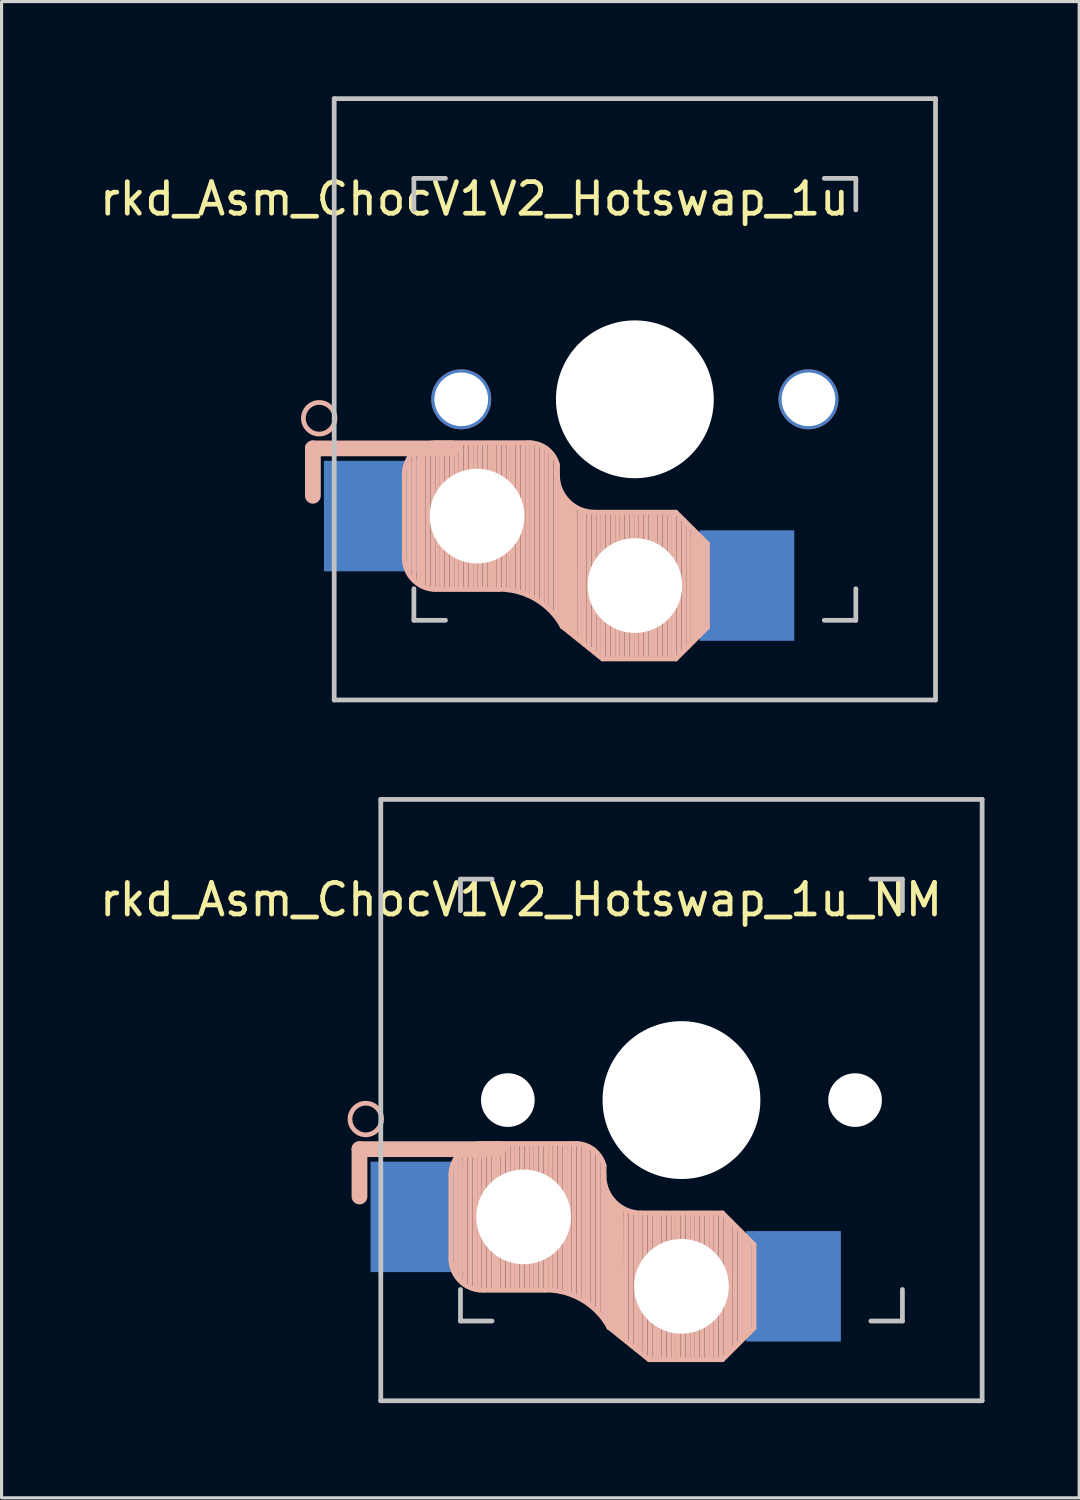
<source format=kicad_pcb>
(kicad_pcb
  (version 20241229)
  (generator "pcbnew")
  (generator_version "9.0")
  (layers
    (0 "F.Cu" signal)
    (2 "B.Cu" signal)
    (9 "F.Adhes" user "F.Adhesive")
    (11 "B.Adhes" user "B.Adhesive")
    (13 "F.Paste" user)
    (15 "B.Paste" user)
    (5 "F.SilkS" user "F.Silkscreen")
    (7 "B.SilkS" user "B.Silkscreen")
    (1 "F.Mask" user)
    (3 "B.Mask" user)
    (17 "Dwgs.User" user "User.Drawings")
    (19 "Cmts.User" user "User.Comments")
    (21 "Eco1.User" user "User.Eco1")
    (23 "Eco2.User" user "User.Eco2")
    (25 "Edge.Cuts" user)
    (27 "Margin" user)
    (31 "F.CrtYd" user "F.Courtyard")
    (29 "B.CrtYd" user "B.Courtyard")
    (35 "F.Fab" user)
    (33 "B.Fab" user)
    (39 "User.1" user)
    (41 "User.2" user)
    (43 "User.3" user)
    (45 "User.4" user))
  (footprint "rkd_Asm_ChocV1V2_Hotswap_1u_NM"
    (layer "F.Cu")
    (at 18.538 31.8)
    (property "Reference" "rkd_Asm_ChocV1V2_Hotswap_1u_NM" (at -5.08 -6.35 180) (layer "F.SilkS") (effects (font (size 1 1) (thickness 0.15))))
    (attr through_hole)
    (fp_line (start -10.2 1.555) (end -10.2 3.055) (stroke (width 0.5) (type default)) (layer "B.SilkS"))
    (fp_line (start -7.305 2.375) (end -7.305 5.025) (stroke (width 0.15) (type solid)) (layer "B.SilkS"))
    (fp_line (start -7.15 5.53) (end -7.15 1.85) (stroke (width 0.15) (type solid)) (layer "B.SilkS"))
    (fp_line (start -7 5.7) (end -7 1.73) (stroke (width 0.15) (type solid)) (layer "B.SilkS"))
    (fp_line (start -6.85 5.84) (end -6.85 1.7) (stroke (width 0.15) (type solid)) (layer "B.SilkS"))
    (fp_line (start -6.7 5.92) (end -6.7 1.8) (stroke (width 0.15) (type solid)) (layer "B.SilkS"))
    (fp_line (start -6.55 5.97) (end -6.55 1.65) (stroke (width 0.15) (type solid)) (layer "B.SilkS"))
    (fp_line (start -6.4 6.01) (end -6.4 1.5) (stroke (width 0.15) (type solid)) (layer "B.SilkS"))
    (fp_line (start -6.25 6) (end -6.25 1.4) (stroke (width 0.15) (type solid)) (layer "B.SilkS"))
    (fp_line (start -6.1 6) (end -6.1 1.4) (stroke (width 0.15) (type solid)) (layer "B.SilkS"))
    (fp_line (start -5.95 6) (end -5.95 1.4) (stroke (width 0.15) (type solid)) (layer "B.SilkS"))
    (fp_line (start -5.8 1.555) (end -10.2 1.555) (stroke (width 0.5) (type default)) (layer "B.SilkS"))
    (fp_line (start -5.8 6) (end -5.8 1.4) (stroke (width 0.15) (type solid)) (layer "B.SilkS"))
    (fp_line (start -5.65 6) (end -5.65 1.4) (stroke (width 0.15) (type solid)) (layer "B.SilkS"))
    (fp_line (start -5.5 6) (end -5.5 1.4) (stroke (width 0.15) (type solid)) (layer "B.SilkS"))
    (fp_line (start -5.35 6) (end -5.35 1.4) (stroke (width 0.15) (type solid)) (layer "B.SilkS"))
    (fp_line (start -5.2 6) (end -5.2 1.4) (stroke (width 0.15) (type solid)) (layer "B.SilkS"))
    (fp_line (start -5.05 6) (end -5.05 1.4) (stroke (width 0.15) (type solid)) (layer "B.SilkS"))
    (fp_line (start -4.9 6) (end -4.9 1.4) (stroke (width 0.15) (type solid)) (layer "B.SilkS"))
    (fp_line (start -4.75 6) (end -4.75 1.4) (stroke (width 0.15) (type solid)) (layer "B.SilkS"))
    (fp_line (start -4.6 6) (end -4.6 1.4) (stroke (width 0.15) (type solid)) (layer "B.SilkS"))
    (fp_line (start -4.45 6) (end -4.45 1.4) (stroke (width 0.15) (type solid)) (layer "B.SilkS"))
    (fp_line (start -4.3 6) (end -4.3 1.4) (stroke (width 0.15) (type solid)) (layer "B.SilkS"))
    (fp_line (start -4.3 6.025) (end -6.275 6.025) (stroke (width 0.15) (type solid)) (layer "B.SilkS"))
    (fp_line (start -4.15 6) (end -4.15 1.45) (stroke (width 0.15) (type solid)) (layer "B.SilkS"))
    (fp_line (start -4 6.04) (end -4 1.4) (stroke (width 0.15) (type solid)) (layer "B.SilkS"))
    (fp_line (start -3.85 6.05) (end -3.85 1.4) (stroke (width 0.15) (type solid)) (layer "B.SilkS"))
    (fp_line (start -3.7 6.05) (end -3.7 1.45) (stroke (width 0.15) (type solid)) (layer "B.SilkS"))
    (fp_line (start -3.55 6.1) (end -3.55 1.39) (stroke (width 0.15) (type solid)) (layer "B.SilkS"))
    (fp_line (start -3.4 6.2) (end -3.4 1.38) (stroke (width 0.15) (type solid)) (layer "B.SilkS"))
    (fp_line (start -3.311 1.375) (end -6.275 1.375) (stroke (width 0.15) (type solid)) (layer "B.SilkS"))
    (fp_line (start -3.25 6.25) (end -3.25 1.4) (stroke (width 0.15) (type solid)) (layer "B.SilkS"))
    (fp_line (start -3.1 6.35) (end -3.1 1.43) (stroke (width 0.15) (type solid)) (layer "B.SilkS"))
    (fp_line (start -2.95 6.45) (end -2.95 1.48) (stroke (width 0.15) (type solid)) (layer "B.SilkS"))
    (fp_line (start -2.8 6.55) (end -2.8 1.56) (stroke (width 0.15) (type solid)) (layer "B.SilkS"))
    (fp_line (start -2.65 6.7) (end -2.65 1.75) (stroke (width 0.15) (type solid)) (layer "B.SilkS"))
    (fp_line (start -2.5 6.85) (end -2.5 1.95) (stroke (width 0.15) (type solid)) (layer "B.SilkS"))
    (fp_line (start -2.45 2.4) (end -2.45 2.077) (stroke (width 0.15) (type default)) (layer "B.SilkS"))
    (fp_line (start -2.4 7.02) (end -2.4 2.9) (stroke (width 0.15) (type solid)) (layer "B.SilkS"))
    (fp_line (start -2.3 7.2) (end -2.3 3.05) (stroke (width 0.15) (type solid)) (layer "B.SilkS"))
    (fp_line (start -2.3 7.2) (end -1.025 8.225) (stroke (width 0.15) (type solid)) (layer "B.SilkS"))
    (fp_line (start -2.2 7.27) (end -2.2 3.25) (stroke (width 0.15) (type solid)) (layer "B.SilkS"))
    (fp_line (start -2.1 7.35) (end -2.1 3.35) (stroke (width 0.15) (type solid)) (layer "B.SilkS"))
    (fp_line (start -2 7.43) (end -2 3.4) (stroke (width 0.15) (type solid)) (layer "B.SilkS"))
    (fp_line (start -1.89 7.52) (end -1.9 3.45) (stroke (width 0.15) (type solid)) (layer "B.SilkS"))
    (fp_line (start -1.75 7.62) (end -1.75 3.5) (stroke (width 0.15) (type solid)) (layer "B.SilkS"))
    (fp_line (start -1.6 7.76) (end -1.6 3.6) (stroke (width 0.15) (type solid)) (layer "B.SilkS"))
    (fp_line (start -1.45 7.88) (end -1.45 3.6) (stroke (width 0.15) (type solid)) (layer "B.SilkS"))
    (fp_line (start -1.3 7.99) (end -1.3 3.6) (stroke (width 0.15) (type solid)) (layer "B.SilkS"))
    (fp_line (start -1.15 8.11) (end -1.15 3.65) (stroke (width 0.15) (type solid)) (layer "B.SilkS"))
    (fp_line (start -1 8.2) (end -1 3.6) (stroke (width 0.15) (type solid)) (layer "B.SilkS"))
    (fp_line (start -0.85 8.2) (end -0.85 3.6) (stroke (width 0.15) (type solid)) (layer "B.SilkS"))
    (fp_line (start -0.7 8.2) (end -0.7 3.6) (stroke (width 0.15) (type solid)) (layer "B.SilkS"))
    (fp_line (start -0.55 8.2) (end -0.55 3.6) (stroke (width 0.15) (type solid)) (layer "B.SilkS"))
    (fp_line (start -0.4 8.2) (end -0.4 3.6) (stroke (width 0.15) (type solid)) (layer "B.SilkS"))
    (fp_line (start -0.25 8.2) (end -0.25 3.6) (stroke (width 0.15) (type solid)) (layer "B.SilkS"))
    (fp_line (start -0.1 8.2) (end -0.1 3.6) (stroke (width 0.15) (type solid)) (layer "B.SilkS"))
    (fp_line (start 0.05 8.2) (end 0.05 3.6) (stroke (width 0.15) (type solid)) (layer "B.SilkS"))
    (fp_line (start 0.2 8.2) (end 0.2 3.6) (stroke (width 0.15) (type solid)) (layer "B.SilkS"))
    (fp_line (start 0.35 8.2) (end 0.35 3.6) (stroke (width 0.15) (type solid)) (layer "B.SilkS"))
    (fp_line (start 0.5 8.2) (end 0.5 3.6) (stroke (width 0.15) (type solid)) (layer "B.SilkS"))
    (fp_line (start 0.65 8.2) (end 0.65 3.6) (stroke (width 0.15) (type solid)) (layer "B.SilkS"))
    (fp_line (start 0.8 8.2) (end 0.8 3.6) (stroke (width 0.15) (type solid)) (layer "B.SilkS"))
    (fp_line (start 0.95 8.2) (end 0.95 3.6) (stroke (width 0.15) (type solid)) (layer "B.SilkS"))
    (fp_line (start 1.1 8.2) (end 1.1 3.6) (stroke (width 0.15) (type solid)) (layer "B.SilkS"))
    (fp_line (start 1.25 8.2) (end 1.25 3.6) (stroke (width 0.15) (type solid)) (layer "B.SilkS"))
    (fp_line (start 1.3 3.575) (end -1.275 3.575) (stroke (width 0.15) (type solid)) (layer "B.SilkS"))
    (fp_line (start 1.3 8.225) (end -1.025 8.225) (stroke (width 0.15) (type solid)) (layer "B.SilkS"))
    (fp_line (start 1.4 8.09) (end 1.4 3.7) (stroke (width 0.15) (type solid)) (layer "B.SilkS"))
    (fp_line (start 1.55 7.95) (end 1.55 3.83) (stroke (width 0.15) (type solid)) (layer "B.SilkS"))
    (fp_line (start 1.7 7.82) (end 1.7 3.99) (stroke (width 0.15) (type solid)) (layer "B.SilkS"))
    (fp_line (start 1.85 7.66) (end 1.85 4.13) (stroke (width 0.15) (type solid)) (layer "B.SilkS"))
    (fp_line (start 1.95 7.56) (end 1.95 4.23) (stroke (width 0.15) (type solid)) (layer "B.SilkS"))
    (fp_line (start 2.05 7.45) (end 2.05 4.33) (stroke (width 0.15) (type solid)) (layer "B.SilkS"))
    (fp_line (start 2.15 7.37) (end 2.15 4.44) (stroke (width 0.15) (type solid)) (layer "B.SilkS"))
    (fp_line (start 2.3 4.575) (end 1.3 3.575) (stroke (width 0.15) (type solid)) (layer "B.SilkS"))
    (fp_line (start 2.3 4.575) (end 2.3 7.225) (stroke (width 0.15) (type solid)) (layer "B.SilkS"))
    (fp_line (start 2.3 7.225) (end 1.3 8.225) (stroke (width 0.15) (type solid)) (layer "B.SilkS"))
    (fp_arc (start -7.305 2.375) (mid -7.012107 1.667893) (end -6.305 1.375) (stroke (width 0.15) (type solid)) (layer "B.SilkS"))
    (fp_arc (start -6.305 6.025) (mid -7.012107 5.732107) (end -7.305 5.025) (stroke (width 0.15) (type solid)) (layer "B.SilkS"))
    (fp_arc (start -4.3 6.017458) (mid -3.138277 6.335211) (end -2.3 7.2) (stroke (width 0.15) (type solid)) (layer "B.SilkS"))
    (fp_arc (start -3.311204 1.375) (mid -2.763915 1.58277) (end -2.45 2.076887) (stroke (width 0.15) (type solid)) (layer "B.SilkS"))
    (fp_arc (start -1.275 3.575) (mid -2.10585 3.23085) (end -2.45 2.4) (stroke (width 0.15) (type solid)) (layer "B.SilkS"))
    (fp_circle (center -10 0.6) (end -9.5 0.6) (stroke (width 0.15) (type default)) (fill no) (layer "B.SilkS"))
    (fp_line (start -9.525 -9.525) (end 9.525 -9.525) (stroke (width 0.15) (type solid)) (layer "Dwgs.User"))
    (fp_line (start -9.525 9.525) (end -9.525 -9.525) (stroke (width 0.15) (type solid)) (layer "Dwgs.User"))
    (fp_line (start -7 -7) (end -6 -7) (stroke (width 0.15) (type solid)) (layer "Dwgs.User"))
    (fp_line (start -7 -6) (end -7 -7) (stroke (width 0.15) (type solid)) (layer "Dwgs.User"))
    (fp_line (start -7 7) (end -7 6) (stroke (width 0.15) (type solid)) (layer "Dwgs.User"))
    (fp_line (start -6 7) (end -7 7) (stroke (width 0.15) (type solid)) (layer "Dwgs.User"))
    (fp_line (start 6 7) (end 7 7) (stroke (width 0.15) (type solid)) (layer "Dwgs.User"))
    (fp_line (start 7 -7) (end 6 -7) (stroke (width 0.15) (type solid)) (layer "Dwgs.User"))
    (fp_line (start 7 -6) (end 7 -7) (stroke (width 0.15) (type solid)) (layer "Dwgs.User"))
    (fp_line (start 7 7) (end 7 6) (stroke (width 0.15) (type solid)) (layer "Dwgs.User"))
    (fp_line (start 9.525 -9.525) (end 9.525 9.525) (stroke (width 0.15) (type solid)) (layer "Dwgs.User"))
    (fp_line (start 9.525 9.525) (end -9.525 9.525) (stroke (width 0.15) (type solid)) (layer "Dwgs.User"))
    (pad "" np_thru_hole circle (at -5.5 0) (size 1.7 1.7) (drill 1.7) (layers "*.Cu" "*.Mask"))
    (pad "" np_thru_hole circle (at -5 3.7 90) (size 3 3) (drill 3) (layers "*.Cu" "*.Mask"))
    (pad "" np_thru_hole circle (at 0 0 90) (size 5 5) (drill 5) (layers "*.Cu" "*.Mask"))
    (pad "" np_thru_hole circle (at 0 5.9 90) (size 3 3) (drill 3) (layers "*.Cu" "*.Mask"))
    (pad "" np_thru_hole circle (at 5.5 0) (size 1.7 1.7) (drill 1.7) (layers "*.Cu" "*.Mask"))
    (pad "1" smd rect (at -8.35 3.7 180) (size 3 3.5) (layers "B.Cu" "B.Mask" "B.Paste"))
    (pad "2" smd rect (at 3.55 5.9 180) (size 3 3.5) (layers "B.Cu" "B.Mask" "B.Paste")))
  (footprint "rkd_Asm_ChocV1V2_Hotswap_1u"
    (layer "F.Cu")
    (at 17.062 9.6)
    (property "Reference" "rkd_Asm_ChocV1V2_Hotswap_1u" (at -5.08 -6.35 180) (layer "F.SilkS") (effects (font (size 1 1) (thickness 0.15))))
    (attr through_hole)
    (fp_line (start -10.2 1.555) (end -10.2 3.055) (stroke (width 0.5) (type default)) (layer "B.SilkS"))
    (fp_line (start -7.305 2.375) (end -7.305 5.025) (stroke (width 0.15) (type solid)) (layer "B.SilkS"))
    (fp_line (start -7.15 5.53) (end -7.15 1.85) (stroke (width 0.15) (type solid)) (layer "B.SilkS"))
    (fp_line (start -7 5.7) (end -7 1.73) (stroke (width 0.15) (type solid)) (layer "B.SilkS"))
    (fp_line (start -6.85 5.84) (end -6.85 1.7) (stroke (width 0.15) (type solid)) (layer "B.SilkS"))
    (fp_line (start -6.7 5.92) (end -6.7 1.8) (stroke (width 0.15) (type solid)) (layer "B.SilkS"))
    (fp_line (start -6.55 5.97) (end -6.55 1.65) (stroke (width 0.15) (type solid)) (layer "B.SilkS"))
    (fp_line (start -6.4 6.01) (end -6.4 1.5) (stroke (width 0.15) (type solid)) (layer "B.SilkS"))
    (fp_line (start -6.25 6) (end -6.25 1.4) (stroke (width 0.15) (type solid)) (layer "B.SilkS"))
    (fp_line (start -6.1 6) (end -6.1 1.4) (stroke (width 0.15) (type solid)) (layer "B.SilkS"))
    (fp_line (start -5.95 6) (end -5.95 1.4) (stroke (width 0.15) (type solid)) (layer "B.SilkS"))
    (fp_line (start -5.8 1.555) (end -10.2 1.555) (stroke (width 0.5) (type default)) (layer "B.SilkS"))
    (fp_line (start -5.8 6) (end -5.8 1.4) (stroke (width 0.15) (type solid)) (layer "B.SilkS"))
    (fp_line (start -5.65 6) (end -5.65 1.4) (stroke (width 0.15) (type solid)) (layer "B.SilkS"))
    (fp_line (start -5.5 6) (end -5.5 1.4) (stroke (width 0.15) (type solid)) (layer "B.SilkS"))
    (fp_line (start -5.35 6) (end -5.35 1.4) (stroke (width 0.15) (type solid)) (layer "B.SilkS"))
    (fp_line (start -5.2 6) (end -5.2 1.4) (stroke (width 0.15) (type solid)) (layer "B.SilkS"))
    (fp_line (start -5.05 6) (end -5.05 1.4) (stroke (width 0.15) (type solid)) (layer "B.SilkS"))
    (fp_line (start -4.9 6) (end -4.9 1.4) (stroke (width 0.15) (type solid)) (layer "B.SilkS"))
    (fp_line (start -4.75 6) (end -4.75 1.4) (stroke (width 0.15) (type solid)) (layer "B.SilkS"))
    (fp_line (start -4.6 6) (end -4.6 1.4) (stroke (width 0.15) (type solid)) (layer "B.SilkS"))
    (fp_line (start -4.45 6) (end -4.45 1.4) (stroke (width 0.15) (type solid)) (layer "B.SilkS"))
    (fp_line (start -4.3 6) (end -4.3 1.4) (stroke (width 0.15) (type solid)) (layer "B.SilkS"))
    (fp_line (start -4.3 6.025) (end -6.275 6.025) (stroke (width 0.15) (type solid)) (layer "B.SilkS"))
    (fp_line (start -4.15 6) (end -4.15 1.45) (stroke (width 0.15) (type solid)) (layer "B.SilkS"))
    (fp_line (start -4 6.04) (end -4 1.4) (stroke (width 0.15) (type solid)) (layer "B.SilkS"))
    (fp_line (start -3.85 6.05) (end -3.85 1.4) (stroke (width 0.15) (type solid)) (layer "B.SilkS"))
    (fp_line (start -3.7 6.05) (end -3.7 1.45) (stroke (width 0.15) (type solid)) (layer "B.SilkS"))
    (fp_line (start -3.55 6.1) (end -3.55 1.39) (stroke (width 0.15) (type solid)) (layer "B.SilkS"))
    (fp_line (start -3.4 6.2) (end -3.4 1.38) (stroke (width 0.15) (type solid)) (layer "B.SilkS"))
    (fp_line (start -3.311 1.375) (end -6.275 1.375) (stroke (width 0.15) (type solid)) (layer "B.SilkS"))
    (fp_line (start -3.25 6.25) (end -3.25 1.4) (stroke (width 0.15) (type solid)) (layer "B.SilkS"))
    (fp_line (start -3.1 6.35) (end -3.1 1.43) (stroke (width 0.15) (type solid)) (layer "B.SilkS"))
    (fp_line (start -2.95 6.45) (end -2.95 1.48) (stroke (width 0.15) (type solid)) (layer "B.SilkS"))
    (fp_line (start -2.8 6.55) (end -2.8 1.56) (stroke (width 0.15) (type solid)) (layer "B.SilkS"))
    (fp_line (start -2.65 6.7) (end -2.65 1.75) (stroke (width 0.15) (type solid)) (layer "B.SilkS"))
    (fp_line (start -2.5 6.85) (end -2.5 1.95) (stroke (width 0.15) (type solid)) (layer "B.SilkS"))
    (fp_line (start -2.45 2.4) (end -2.45 2.077) (stroke (width 0.15) (type default)) (layer "B.SilkS"))
    (fp_line (start -2.4 7.02) (end -2.4 2.9) (stroke (width 0.15) (type solid)) (layer "B.SilkS"))
    (fp_line (start -2.3 7.2) (end -2.3 3.05) (stroke (width 0.15) (type solid)) (layer "B.SilkS"))
    (fp_line (start -2.3 7.2) (end -1.025 8.225) (stroke (width 0.15) (type solid)) (layer "B.SilkS"))
    (fp_line (start -2.2 7.27) (end -2.2 3.25) (stroke (width 0.15) (type solid)) (layer "B.SilkS"))
    (fp_line (start -2.1 7.35) (end -2.1 3.35) (stroke (width 0.15) (type solid)) (layer "B.SilkS"))
    (fp_line (start -2 7.43) (end -2 3.4) (stroke (width 0.15) (type solid)) (layer "B.SilkS"))
    (fp_line (start -1.89 7.52) (end -1.9 3.45) (stroke (width 0.15) (type solid)) (layer "B.SilkS"))
    (fp_line (start -1.75 7.62) (end -1.75 3.5) (stroke (width 0.15) (type solid)) (layer "B.SilkS"))
    (fp_line (start -1.6 7.76) (end -1.6 3.6) (stroke (width 0.15) (type solid)) (layer "B.SilkS"))
    (fp_line (start -1.45 7.88) (end -1.45 3.6) (stroke (width 0.15) (type solid)) (layer "B.SilkS"))
    (fp_line (start -1.3 7.99) (end -1.3 3.6) (stroke (width 0.15) (type solid)) (layer "B.SilkS"))
    (fp_line (start -1.15 8.11) (end -1.15 3.65) (stroke (width 0.15) (type solid)) (layer "B.SilkS"))
    (fp_line (start -1 8.2) (end -1 3.6) (stroke (width 0.15) (type solid)) (layer "B.SilkS"))
    (fp_line (start -0.85 8.2) (end -0.85 3.6) (stroke (width 0.15) (type solid)) (layer "B.SilkS"))
    (fp_line (start -0.7 8.2) (end -0.7 3.6) (stroke (width 0.15) (type solid)) (layer "B.SilkS"))
    (fp_line (start -0.55 8.2) (end -0.55 3.6) (stroke (width 0.15) (type solid)) (layer "B.SilkS"))
    (fp_line (start -0.4 8.2) (end -0.4 3.6) (stroke (width 0.15) (type solid)) (layer "B.SilkS"))
    (fp_line (start -0.25 8.2) (end -0.25 3.6) (stroke (width 0.15) (type solid)) (layer "B.SilkS"))
    (fp_line (start -0.1 8.2) (end -0.1 3.6) (stroke (width 0.15) (type solid)) (layer "B.SilkS"))
    (fp_line (start 0.05 8.2) (end 0.05 3.6) (stroke (width 0.15) (type solid)) (layer "B.SilkS"))
    (fp_line (start 0.2 8.2) (end 0.2 3.6) (stroke (width 0.15) (type solid)) (layer "B.SilkS"))
    (fp_line (start 0.35 8.2) (end 0.35 3.6) (stroke (width 0.15) (type solid)) (layer "B.SilkS"))
    (fp_line (start 0.5 8.2) (end 0.5 3.6) (stroke (width 0.15) (type solid)) (layer "B.SilkS"))
    (fp_line (start 0.65 8.2) (end 0.65 3.6) (stroke (width 0.15) (type solid)) (layer "B.SilkS"))
    (fp_line (start 0.8 8.2) (end 0.8 3.6) (stroke (width 0.15) (type solid)) (layer "B.SilkS"))
    (fp_line (start 0.95 8.2) (end 0.95 3.6) (stroke (width 0.15) (type solid)) (layer "B.SilkS"))
    (fp_line (start 1.1 8.2) (end 1.1 3.6) (stroke (width 0.15) (type solid)) (layer "B.SilkS"))
    (fp_line (start 1.25 8.2) (end 1.25 3.6) (stroke (width 0.15) (type solid)) (layer "B.SilkS"))
    (fp_line (start 1.3 3.575) (end -1.275 3.575) (stroke (width 0.15) (type solid)) (layer "B.SilkS"))
    (fp_line (start 1.3 8.225) (end -1.025 8.225) (stroke (width 0.15) (type solid)) (layer "B.SilkS"))
    (fp_line (start 1.4 8.09) (end 1.4 3.7) (stroke (width 0.15) (type solid)) (layer "B.SilkS"))
    (fp_line (start 1.55 7.95) (end 1.55 3.83) (stroke (width 0.15) (type solid)) (layer "B.SilkS"))
    (fp_line (start 1.7 7.82) (end 1.7 3.99) (stroke (width 0.15) (type solid)) (layer "B.SilkS"))
    (fp_line (start 1.85 7.66) (end 1.85 4.13) (stroke (width 0.15) (type solid)) (layer "B.SilkS"))
    (fp_line (start 1.95 7.56) (end 1.95 4.23) (stroke (width 0.15) (type solid)) (layer "B.SilkS"))
    (fp_line (start 2.05 7.45) (end 2.05 4.33) (stroke (width 0.15) (type solid)) (layer "B.SilkS"))
    (fp_line (start 2.15 7.37) (end 2.15 4.44) (stroke (width 0.15) (type solid)) (layer "B.SilkS"))
    (fp_line (start 2.3 4.575) (end 1.3 3.575) (stroke (width 0.15) (type solid)) (layer "B.SilkS"))
    (fp_line (start 2.3 4.575) (end 2.3 7.225) (stroke (width 0.15) (type solid)) (layer "B.SilkS"))
    (fp_line (start 2.3 7.225) (end 1.3 8.225) (stroke (width 0.15) (type solid)) (layer "B.SilkS"))
    (fp_arc (start -7.305 2.375) (mid -7.012107 1.667893) (end -6.305 1.375) (stroke (width 0.15) (type solid)) (layer "B.SilkS"))
    (fp_arc (start -6.305 6.025) (mid -7.012107 5.732107) (end -7.305 5.025) (stroke (width 0.15) (type solid)) (layer "B.SilkS"))
    (fp_arc (start -4.3 6.017458) (mid -3.138277 6.335211) (end -2.3 7.2) (stroke (width 0.15) (type solid)) (layer "B.SilkS"))
    (fp_arc (start -3.311204 1.375) (mid -2.763915 1.58277) (end -2.45 2.076887) (stroke (width 0.15) (type solid)) (layer "B.SilkS"))
    (fp_arc (start -1.275 3.575) (mid -2.10585 3.23085) (end -2.45 2.4) (stroke (width 0.15) (type solid)) (layer "B.SilkS"))
    (fp_circle (center -10 0.6) (end -9.5 0.6) (stroke (width 0.15) (type default)) (fill no) (layer "B.SilkS"))
    (fp_line (start -9.525 -9.525) (end 9.525 -9.525) (stroke (width 0.15) (type solid)) (layer "Dwgs.User"))
    (fp_line (start -9.525 9.525) (end -9.525 -9.525) (stroke (width 0.15) (type solid)) (layer "Dwgs.User"))
    (fp_line (start -7 -7) (end -6 -7) (stroke (width 0.15) (type solid)) (layer "Dwgs.User"))
    (fp_line (start -7 -6) (end -7 -7) (stroke (width 0.15) (type solid)) (layer "Dwgs.User"))
    (fp_line (start -7 7) (end -7 6) (stroke (width 0.15) (type solid)) (layer "Dwgs.User"))
    (fp_line (start -6 7) (end -7 7) (stroke (width 0.15) (type solid)) (layer "Dwgs.User"))
    (fp_line (start 6 7) (end 7 7) (stroke (width 0.15) (type solid)) (layer "Dwgs.User"))
    (fp_line (start 7 -7) (end 6 -7) (stroke (width 0.15) (type solid)) (layer "Dwgs.User"))
    (fp_line (start 7 -6) (end 7 -7) (stroke (width 0.15) (type solid)) (layer "Dwgs.User"))
    (fp_line (start 7 7) (end 7 6) (stroke (width 0.15) (type solid)) (layer "Dwgs.User"))
    (fp_line (start 9.525 -9.525) (end 9.525 9.525) (stroke (width 0.15) (type solid)) (layer "Dwgs.User"))
    (fp_line (start 9.525 9.525) (end -9.525 9.525) (stroke (width 0.15) (type solid)) (layer "Dwgs.User"))
    (pad "" np_thru_hole circle (at -5.5 0) (size 1.9 1.9) (drill 1.7) (layers "*.Cu" "*.Mask"))
    (pad "" np_thru_hole circle (at -5 3.7 90) (size 3 3) (drill 3) (layers "*.Cu" "*.Mask"))
    (pad "" np_thru_hole circle (at 0 0 90) (size 5 5) (drill 5) (layers "*.Cu" "*.Mask"))
    (pad "" np_thru_hole circle (at 0 5.9 90) (size 3 3) (drill 3) (layers "*.Cu" "*.Mask"))
    (pad "" np_thru_hole circle (at 5.5 0) (size 1.9 1.9) (drill 1.7) (layers "*.Cu" "*.Mask"))
    (pad "1" smd rect (at -8.35 3.7 180) (size 3 3.5) (layers "B.Cu" "B.Mask" "B.Paste"))
    (pad "2" smd rect (at 3.55 5.9 180) (size 3 3.5) (layers "B.Cu" "B.Mask" "B.Paste")))
  (gr_rect
    (start -3 -3)
    (end 31.138 44.4)
    (stroke (width 0.1) (type default))
    (fill no)
    (layer "Edge.Cuts")))
</source>
